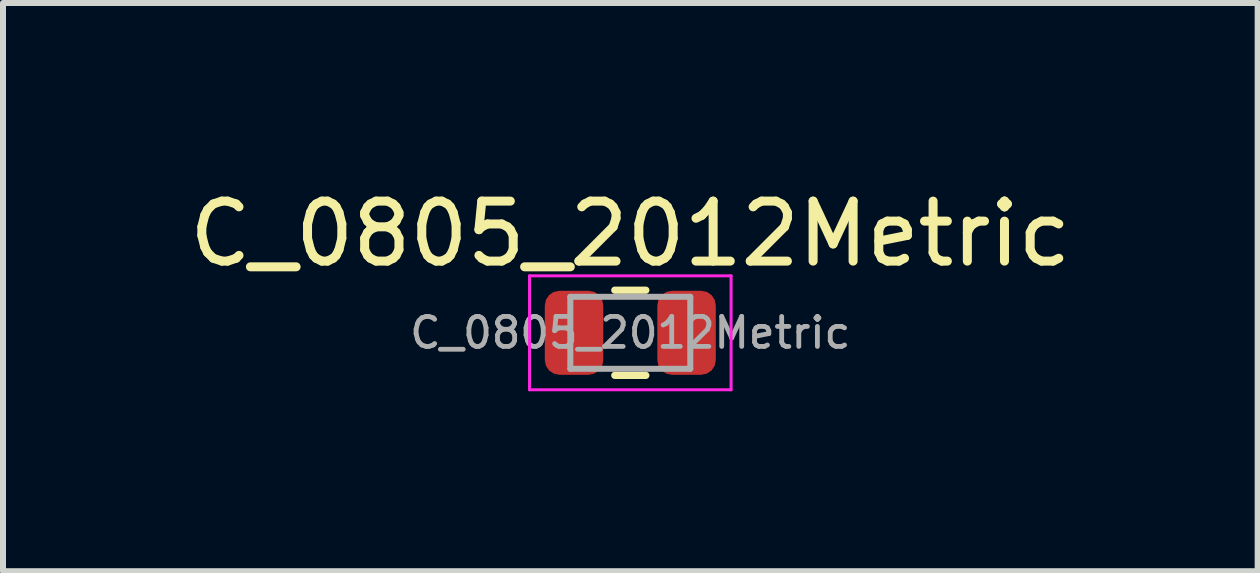
<source format=kicad_pcb>
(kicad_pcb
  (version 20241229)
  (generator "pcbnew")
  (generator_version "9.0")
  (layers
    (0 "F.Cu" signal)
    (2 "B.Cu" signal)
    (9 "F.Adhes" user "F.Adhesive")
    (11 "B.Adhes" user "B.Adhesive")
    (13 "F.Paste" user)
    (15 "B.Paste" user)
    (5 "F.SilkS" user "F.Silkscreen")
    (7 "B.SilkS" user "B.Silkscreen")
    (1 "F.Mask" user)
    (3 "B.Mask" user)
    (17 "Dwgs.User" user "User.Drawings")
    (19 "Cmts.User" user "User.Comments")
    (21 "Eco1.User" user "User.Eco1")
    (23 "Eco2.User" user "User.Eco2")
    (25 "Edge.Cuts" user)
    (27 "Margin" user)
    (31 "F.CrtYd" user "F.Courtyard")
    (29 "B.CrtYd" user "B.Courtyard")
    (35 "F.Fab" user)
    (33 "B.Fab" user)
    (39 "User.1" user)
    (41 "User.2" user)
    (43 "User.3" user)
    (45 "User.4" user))
  (footprint "C_0805_2012Metric"
    (layer "F.Cu")
    (at 7.458 2.498)
    (property "Reference" "C_0805_2012Metric" (at 0 -1.65 180) (layer "F.SilkS") (effects (font (size 1 1) (thickness 0.15))))
    (attr smd)
    (fp_line (start -0.259 -0.71) (end 0.259 -0.71) (stroke (width 0.12) (type solid)) (layer "F.SilkS"))
    (fp_line (start -0.259 0.71) (end 0.259 0.71) (stroke (width 0.12) (type solid)) (layer "F.SilkS"))
    (fp_line (start -1.68 -0.95) (end 1.68 -0.95) (stroke (width 0.05) (type solid)) (layer "F.CrtYd"))
    (fp_line (start -1.68 0.95) (end -1.68 -0.95) (stroke (width 0.05) (type solid)) (layer "F.CrtYd"))
    (fp_line (start 1.68 -0.95) (end 1.68 0.95) (stroke (width 0.05) (type solid)) (layer "F.CrtYd"))
    (fp_line (start 1.68 0.95) (end -1.68 0.95) (stroke (width 0.05) (type solid)) (layer "F.CrtYd"))
    (fp_line (start -1 -0.6) (end 1 -0.6) (stroke (width 0.1) (type solid)) (layer "F.Fab"))
    (fp_line (start -1 0.6) (end -1 -0.6) (stroke (width 0.1) (type solid)) (layer "F.Fab"))
    (fp_line (start 1 -0.6) (end 1 0.6) (stroke (width 0.1) (type solid)) (layer "F.Fab"))
    (fp_line (start 1 0.6) (end -1 0.6) (stroke (width 0.1) (type solid)) (layer "F.Fab"))
    (fp_text user "${REFERENCE}" (at 0 0 180) (layer "F.Fab") (effects (font (size 0.5 0.5) (thickness 0.08))))
    (pad "1" smd roundrect (at -0.938 0) (size 0.975 1.4) (layers "F.Cu" "F.Mask" "F.Paste") (roundrect_rratio 0.25))
    (pad "2" smd roundrect (at 0.938 0) (size 0.975 1.4) (layers "F.Cu" "F.Mask" "F.Paste") (roundrect_rratio 0.25)))
  (gr_rect
    (start -3 -3)
    (end 17.917 6.473)
    (stroke (width 0.1) (type default))
    (fill no)
    (layer "Edge.Cuts")))
</source>
